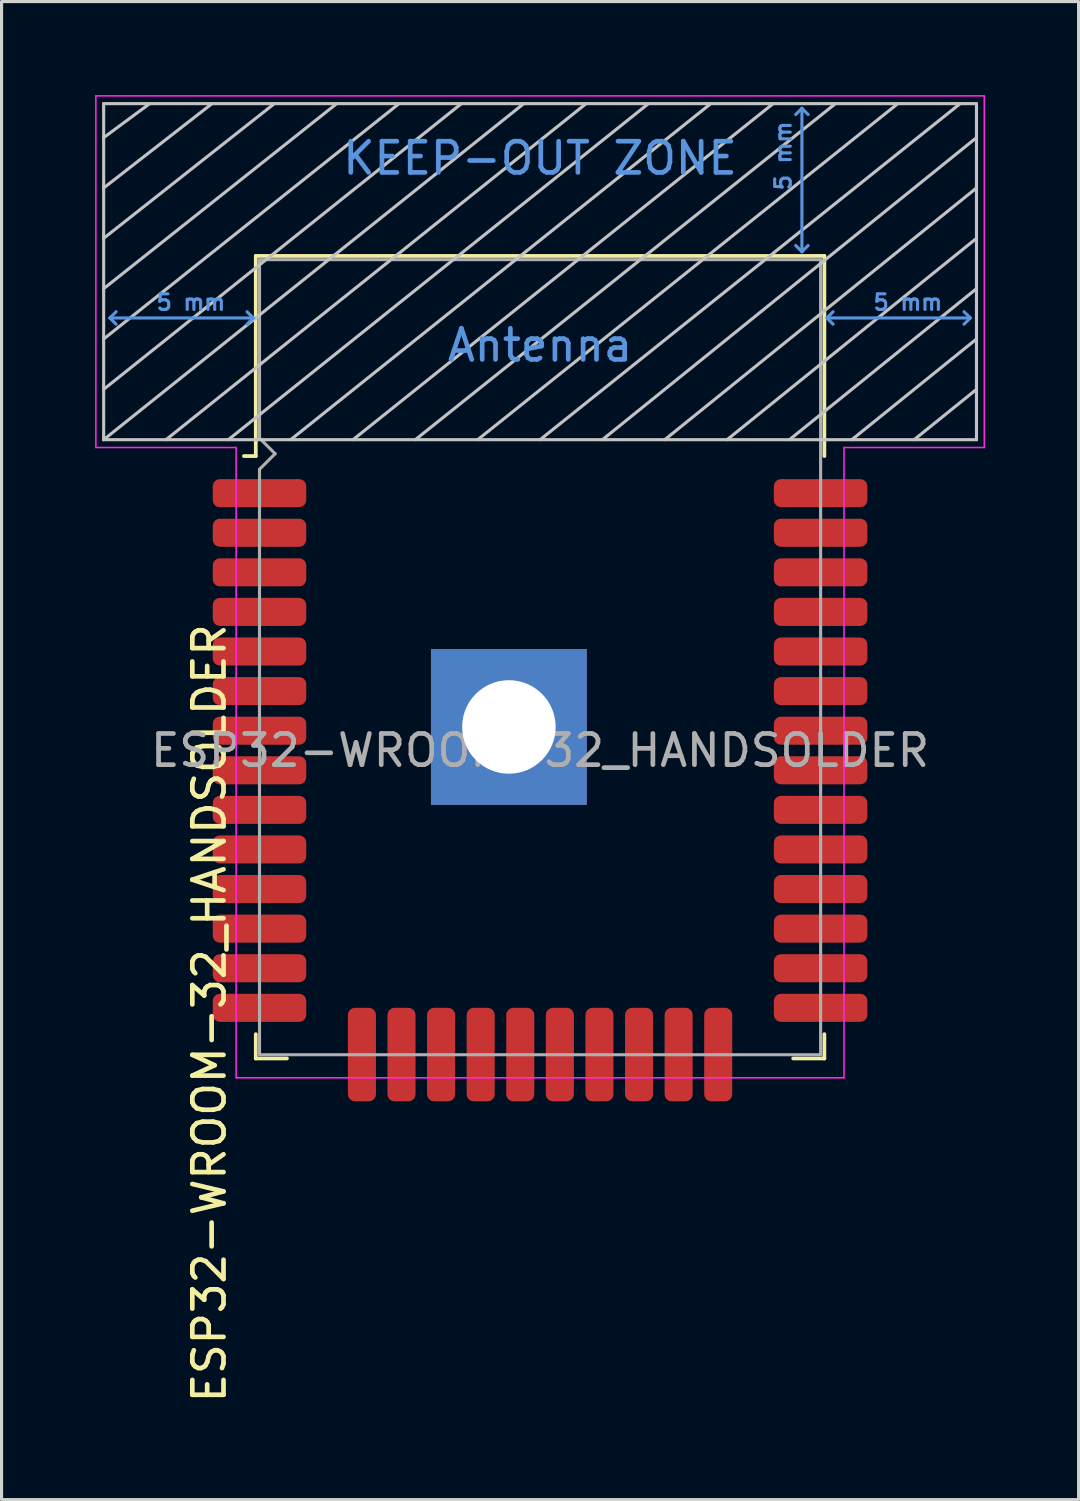
<source format=kicad_pcb>
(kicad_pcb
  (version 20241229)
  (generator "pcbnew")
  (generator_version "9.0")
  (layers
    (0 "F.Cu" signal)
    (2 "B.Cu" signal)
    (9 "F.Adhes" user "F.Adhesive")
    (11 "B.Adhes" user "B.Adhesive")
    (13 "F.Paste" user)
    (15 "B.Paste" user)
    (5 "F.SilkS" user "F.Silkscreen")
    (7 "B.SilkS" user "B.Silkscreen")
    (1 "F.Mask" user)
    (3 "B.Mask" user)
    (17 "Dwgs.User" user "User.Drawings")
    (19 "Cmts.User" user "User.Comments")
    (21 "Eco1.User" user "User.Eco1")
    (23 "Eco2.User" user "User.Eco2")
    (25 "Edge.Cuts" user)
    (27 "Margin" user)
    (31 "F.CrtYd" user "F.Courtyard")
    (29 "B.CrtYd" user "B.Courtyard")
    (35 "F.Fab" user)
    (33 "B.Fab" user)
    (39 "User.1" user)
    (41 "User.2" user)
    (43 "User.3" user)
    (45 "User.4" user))
  (footprint "ESP32-WROOM-32_HANDSOLDER"
    (layer "F.Cu")
    (at 14.275 21.025)
    (property "Reference" "ESP32-WROOM-32_HANDSOLDER" (at -10.61 8.43 90) (layer "F.SilkS") (effects (font (size 1 1) (thickness 0.15))))
    (attr smd)
    (fp_line (start -9.12 -15.865) (end -9.12 -9.445) (stroke (width 0.12) (type solid)) (layer "F.SilkS"))
    (fp_line (start -9.12 -15.865) (end 9.12 -15.865) (stroke (width 0.12) (type solid)) (layer "F.SilkS"))
    (fp_line (start -9.12 -9.445) (end -9.5 -9.445) (stroke (width 0.12) (type solid)) (layer "F.SilkS"))
    (fp_line (start -9.12 9.1) (end -9.12 9.88) (stroke (width 0.12) (type solid)) (layer "F.SilkS"))
    (fp_line (start -9.12 9.88) (end -8.12 9.88) (stroke (width 0.12) (type solid)) (layer "F.SilkS"))
    (fp_line (start 9.12 -15.865) (end 9.12 -9.445) (stroke (width 0.12) (type solid)) (layer "F.SilkS"))
    (fp_line (start 9.12 9.1) (end 9.12 9.88) (stroke (width 0.12) (type solid)) (layer "F.SilkS"))
    (fp_line (start 9.12 9.88) (end 8.12 9.88) (stroke (width 0.12) (type solid)) (layer "F.SilkS"))
    (fp_line (start -14 -9.97) (end -14 -20.75) (stroke (width 0.1) (type solid)) (layer "Dwgs.User"))
    (fp_line (start -12.525 -20.75) (end -14 -19.66) (stroke (width 0.1) (type solid)) (layer "Dwgs.User"))
    (fp_line (start -10.525 -20.75) (end -14 -18.045) (stroke (width 0.1) (type solid)) (layer "Dwgs.User"))
    (fp_line (start -8.525 -20.75) (end -14 -16.43) (stroke (width 0.1) (type solid)) (layer "Dwgs.User"))
    (fp_line (start -8 -9.97) (end 5.475 -20.75) (stroke (width 0.1) (type solid)) (layer "Dwgs.User"))
    (fp_line (start -6.525 -20.75) (end -14 -14.815) (stroke (width 0.1) (type solid)) (layer "Dwgs.User"))
    (fp_line (start -4.525 -20.75) (end -14 -13.2) (stroke (width 0.1) (type solid)) (layer "Dwgs.User"))
    (fp_line (start -2.525 -20.75) (end -14 -11.585) (stroke (width 0.1) (type solid)) (layer "Dwgs.User"))
    (fp_line (start -0.525 -20.75) (end -14 -9.97) (stroke (width 0.1) (type solid)) (layer "Dwgs.User"))
    (fp_line (start 1.475 -20.75) (end -12 -9.97) (stroke (width 0.1) (type solid)) (layer "Dwgs.User"))
    (fp_line (start 3.475 -20.75) (end -10 -9.97) (stroke (width 0.1) (type solid)) (layer "Dwgs.User"))
    (fp_line (start 7.475 -20.75) (end -6 -9.97) (stroke (width 0.1) (type solid)) (layer "Dwgs.User"))
    (fp_line (start 9.475 -20.75) (end -4 -9.97) (stroke (width 0.1) (type solid)) (layer "Dwgs.User"))
    (fp_line (start 11.475 -20.75) (end -2 -9.97) (stroke (width 0.1) (type solid)) (layer "Dwgs.User"))
    (fp_line (start 13.475 -20.75) (end 0 -9.97) (stroke (width 0.1) (type solid)) (layer "Dwgs.User"))
    (fp_line (start 14 -20.75) (end -14 -20.75) (stroke (width 0.1) (type solid)) (layer "Dwgs.User"))
    (fp_line (start 14 -19.66) (end 2 -9.97) (stroke (width 0.1) (type solid)) (layer "Dwgs.User"))
    (fp_line (start 14 -18.045) (end 4 -9.97) (stroke (width 0.1) (type solid)) (layer "Dwgs.User"))
    (fp_line (start 14 -16.43) (end 6 -9.97) (stroke (width 0.1) (type solid)) (layer "Dwgs.User"))
    (fp_line (start 14 -14.815) (end 8 -9.97) (stroke (width 0.1) (type solid)) (layer "Dwgs.User"))
    (fp_line (start 14 -13.2) (end 10 -9.97) (stroke (width 0.1) (type solid)) (layer "Dwgs.User"))
    (fp_line (start 14 -11.585) (end 12 -9.97) (stroke (width 0.1) (type solid)) (layer "Dwgs.User"))
    (fp_line (start 14 -9.97) (end -14 -9.97) (stroke (width 0.1) (type solid)) (layer "Dwgs.User"))
    (fp_line (start 14 -9.97) (end 14 -20.75) (stroke (width 0.1) (type solid)) (layer "Dwgs.User"))
    (fp_line (start -13.8 -13.875) (end -13.6 -14.075) (stroke (width 0.1) (type solid)) (layer "Cmts.User"))
    (fp_line (start -13.8 -13.875) (end -13.6 -13.675) (stroke (width 0.1) (type solid)) (layer "Cmts.User"))
    (fp_line (start -13.8 -13.875) (end -9.2 -13.875) (stroke (width 0.1) (type solid)) (layer "Cmts.User"))
    (fp_line (start -9.2 -13.875) (end -9.4 -14.075) (stroke (width 0.1) (type solid)) (layer "Cmts.User"))
    (fp_line (start -9.2 -13.875) (end -9.4 -13.675) (stroke (width 0.1) (type solid)) (layer "Cmts.User"))
    (fp_line (start 8.4 -20.6) (end 8.2 -20.4) (stroke (width 0.1) (type solid)) (layer "Cmts.User"))
    (fp_line (start 8.4 -20.6) (end 8.6 -20.4) (stroke (width 0.1) (type solid)) (layer "Cmts.User"))
    (fp_line (start 8.4 -16) (end 8.2 -16.2) (stroke (width 0.1) (type solid)) (layer "Cmts.User"))
    (fp_line (start 8.4 -16) (end 8.4 -20.6) (stroke (width 0.1) (type solid)) (layer "Cmts.User"))
    (fp_line (start 8.4 -16) (end 8.6 -16.2) (stroke (width 0.1) (type solid)) (layer "Cmts.User"))
    (fp_line (start 9.2 -13.875) (end 9.4 -14.075) (stroke (width 0.1) (type solid)) (layer "Cmts.User"))
    (fp_line (start 9.2 -13.875) (end 9.4 -13.675) (stroke (width 0.1) (type solid)) (layer "Cmts.User"))
    (fp_line (start 9.2 -13.875) (end 13.8 -13.875) (stroke (width 0.1) (type solid)) (layer "Cmts.User"))
    (fp_line (start 13.8 -13.875) (end 13.6 -14.075) (stroke (width 0.1) (type solid)) (layer "Cmts.User"))
    (fp_line (start 13.8 -13.875) (end 13.6 -13.675) (stroke (width 0.1) (type solid)) (layer "Cmts.User"))
    (fp_line (start -14.25 -21) (end -14.25 -9.72) (stroke (width 0.05) (type solid)) (layer "F.CrtYd"))
    (fp_line (start -14.25 -21) (end 14.25 -21) (stroke (width 0.05) (type solid)) (layer "F.CrtYd"))
    (fp_line (start -14.25 -9.72) (end -9.75 -9.72) (stroke (width 0.05) (type solid)) (layer "F.CrtYd"))
    (fp_line (start -9.75 10.5) (end -9.75 -9.72) (stroke (width 0.05) (type solid)) (layer "F.CrtYd"))
    (fp_line (start -9.75 10.5) (end 9.75 10.5) (stroke (width 0.05) (type solid)) (layer "F.CrtYd"))
    (fp_line (start 9.75 -9.72) (end 9.75 10.5) (stroke (width 0.05) (type solid)) (layer "F.CrtYd"))
    (fp_line (start 9.75 -9.72) (end 14.25 -9.72) (stroke (width 0.05) (type solid)) (layer "F.CrtYd"))
    (fp_line (start 14.25 -21) (end 14.25 -9.72) (stroke (width 0.05) (type solid)) (layer "F.CrtYd"))
    (fp_line (start -9 -15.745) (end -9 -10.02) (stroke (width 0.1) (type solid)) (layer "F.Fab"))
    (fp_line (start -9 -15.745) (end 9 -15.745) (stroke (width 0.1) (type solid)) (layer "F.Fab"))
    (fp_line (start -9 -9.02) (end -9 9.76) (stroke (width 0.1) (type solid)) (layer "F.Fab"))
    (fp_line (start -9 -9.02) (end -8.5 -9.52) (stroke (width 0.1) (type solid)) (layer "F.Fab"))
    (fp_line (start -9 9.76) (end 9 9.76) (stroke (width 0.1) (type solid)) (layer "F.Fab"))
    (fp_line (start -8.5 -9.52) (end -9 -10.02) (stroke (width 0.1) (type solid)) (layer "F.Fab"))
    (fp_line (start 9 9.76) (end 9 -15.745) (stroke (width 0.1) (type solid)) (layer "F.Fab"))
    (fp_text user "5 mm" (at 11.8 -14.375 0) (layer "Cmts.User") (effects (font (size 0.5 0.5) (thickness 0.1))))
    (fp_text user "5 mm" (at 7.8 -19.075 90) (layer "Cmts.User") (effects (font (size 0.5 0.5) (thickness 0.1))))
    (fp_text user "KEEP-OUT ZONE" (at 0 -19 0) (layer "Cmts.User") (effects (font (size 1 1) (thickness 0.15))))
    (fp_text user "5 mm" (at -11.2 -14.375 0) (layer "Cmts.User") (effects (font (size 0.5 0.5) (thickness 0.1))))
    (fp_text user "Antenna" (at 0 -13 0) (layer "Cmts.User") (effects (font (size 1 1) (thickness 0.15))))
    (fp_text user "${REFERENCE}" (at 0 0 0) (layer "F.Fab") (effects (font (size 1 1) (thickness 0.15))))
    (pad "1" smd roundrect (at -9 -8.255) (size 3 0.9) (layers "F.Cu" "F.Mask" "F.Paste") (roundrect_rratio 0.25))
    (pad "2" smd roundrect (at -9 -6.985) (size 3 0.9) (layers "F.Cu" "F.Mask" "F.Paste") (roundrect_rratio 0.25))
    (pad "3" smd roundrect (at -9 -5.715) (size 3 0.9) (layers "F.Cu" "F.Mask" "F.Paste") (roundrect_rratio 0.25))
    (pad "4" smd roundrect (at -9 -4.445) (size 3 0.9) (layers "F.Cu" "F.Mask" "F.Paste") (roundrect_rratio 0.25))
    (pad "5" smd roundrect (at -9 -3.175) (size 3 0.9) (layers "F.Cu" "F.Mask" "F.Paste") (roundrect_rratio 0.25))
    (pad "6" smd roundrect (at -9 -1.905) (size 3 0.9) (layers "F.Cu" "F.Mask" "F.Paste") (roundrect_rratio 0.25))
    (pad "7" smd roundrect (at -9 -0.635) (size 3 0.9) (layers "F.Cu" "F.Mask" "F.Paste") (roundrect_rratio 0.25))
    (pad "8" smd roundrect (at -9 0.635) (size 3 0.9) (layers "F.Cu" "F.Mask" "F.Paste") (roundrect_rratio 0.25))
    (pad "9" smd roundrect (at -9 1.905) (size 3 0.9) (layers "F.Cu" "F.Mask" "F.Paste") (roundrect_rratio 0.25))
    (pad "10" smd roundrect (at -9 3.175) (size 3 0.9) (layers "F.Cu" "F.Mask" "F.Paste") (roundrect_rratio 0.25))
    (pad "11" smd roundrect (at -9 4.445) (size 3 0.9) (layers "F.Cu" "F.Mask" "F.Paste") (roundrect_rratio 0.25))
    (pad "12" smd roundrect (at -9 5.715) (size 3 0.9) (layers "F.Cu" "F.Mask" "F.Paste") (roundrect_rratio 0.25))
    (pad "13" smd roundrect (at -9 6.985) (size 3 0.9) (layers "F.Cu" "F.Mask" "F.Paste") (roundrect_rratio 0.25))
    (pad "14" smd roundrect (at -9 8.255) (size 3 0.9) (layers "F.Cu" "F.Mask" "F.Paste") (roundrect_rratio 0.25))
    (pad "15" smd roundrect (at -5.715 9.755 90) (size 3 0.9) (layers "F.Cu" "F.Mask" "F.Paste") (roundrect_rratio 0.25))
    (pad "16" smd roundrect (at -4.445 9.755 90) (size 3 0.9) (layers "F.Cu" "F.Mask" "F.Paste") (roundrect_rratio 0.25))
    (pad "17" smd roundrect (at -3.175 9.755 90) (size 3 0.9) (layers "F.Cu" "F.Mask" "F.Paste") (roundrect_rratio 0.25))
    (pad "18" smd roundrect (at -1.905 9.755 90) (size 3 0.9) (layers "F.Cu" "F.Mask" "F.Paste") (roundrect_rratio 0.25))
    (pad "19" smd roundrect (at -0.635 9.755 90) (size 3 0.9) (layers "F.Cu" "F.Mask" "F.Paste") (roundrect_rratio 0.25))
    (pad "20" smd roundrect (at 0.635 9.755 90) (size 3 0.9) (layers "F.Cu" "F.Mask" "F.Paste") (roundrect_rratio 0.25))
    (pad "21" smd roundrect (at 1.905 9.755 90) (size 3 0.9) (layers "F.Cu" "F.Mask" "F.Paste") (roundrect_rratio 0.25))
    (pad "22" smd roundrect (at 3.175 9.755 90) (size 3 0.9) (layers "F.Cu" "F.Mask" "F.Paste") (roundrect_rratio 0.25))
    (pad "23" smd roundrect (at 4.445 9.755 90) (size 3 0.9) (layers "F.Cu" "F.Mask" "F.Paste") (roundrect_rratio 0.25))
    (pad "24" smd roundrect (at 5.715 9.755 90) (size 3 0.9) (layers "F.Cu" "F.Mask" "F.Paste") (roundrect_rratio 0.25))
    (pad "25" smd roundrect (at 9 8.255 180) (size 3 0.9) (layers "F.Cu" "F.Mask" "F.Paste") (roundrect_rratio 0.25))
    (pad "26" smd roundrect (at 9 6.985 180) (size 3 0.9) (layers "F.Cu" "F.Mask" "F.Paste") (roundrect_rratio 0.25))
    (pad "27" smd roundrect (at 9 5.715 180) (size 3 0.9) (layers "F.Cu" "F.Mask" "F.Paste") (roundrect_rratio 0.25))
    (pad "28" smd roundrect (at 9 4.445 180) (size 3 0.9) (layers "F.Cu" "F.Mask" "F.Paste") (roundrect_rratio 0.25))
    (pad "29" smd roundrect (at 9 3.175 180) (size 3 0.9) (layers "F.Cu" "F.Mask" "F.Paste") (roundrect_rratio 0.25))
    (pad "30" smd roundrect (at 9 1.905 180) (size 3 0.9) (layers "F.Cu" "F.Mask" "F.Paste") (roundrect_rratio 0.25))
    (pad "31" smd roundrect (at 9 0.635 180) (size 3 0.9) (layers "F.Cu" "F.Mask" "F.Paste") (roundrect_rratio 0.25))
    (pad "32" smd roundrect (at 9 -0.635 180) (size 3 0.9) (layers "F.Cu" "F.Mask" "F.Paste") (roundrect_rratio 0.25))
    (pad "33" smd roundrect (at 9 -1.905 180) (size 3 0.9) (layers "F.Cu" "F.Mask" "F.Paste") (roundrect_rratio 0.25))
    (pad "34" smd roundrect (at 9 -3.175 180) (size 3 0.9) (layers "F.Cu" "F.Mask" "F.Paste") (roundrect_rratio 0.25))
    (pad "35" smd roundrect (at 9 -4.445 180) (size 3 0.9) (layers "F.Cu" "F.Mask" "F.Paste") (roundrect_rratio 0.25))
    (pad "36" smd roundrect (at 9 -5.715 180) (size 3 0.9) (layers "F.Cu" "F.Mask" "F.Paste") (roundrect_rratio 0.25))
    (pad "37" smd roundrect (at 9 -6.985 180) (size 3 0.9) (layers "F.Cu" "F.Mask" "F.Paste") (roundrect_rratio 0.25))
    (pad "38" smd roundrect (at 9 -8.255 180) (size 3 0.9) (layers "F.Cu" "F.Mask" "F.Paste") (roundrect_rratio 0.25))
    (pad "39" thru_hole rect (at -1 -0.755) (size 5 5) (drill 3) (layers "*.Cu" "*.Mask")))
  (gr_rect
    (start -3 -3)
    (end 31.55 45.056)
    (stroke (width 0.1) (type default))
    (fill no)
    (layer "Edge.Cuts")))
</source>
